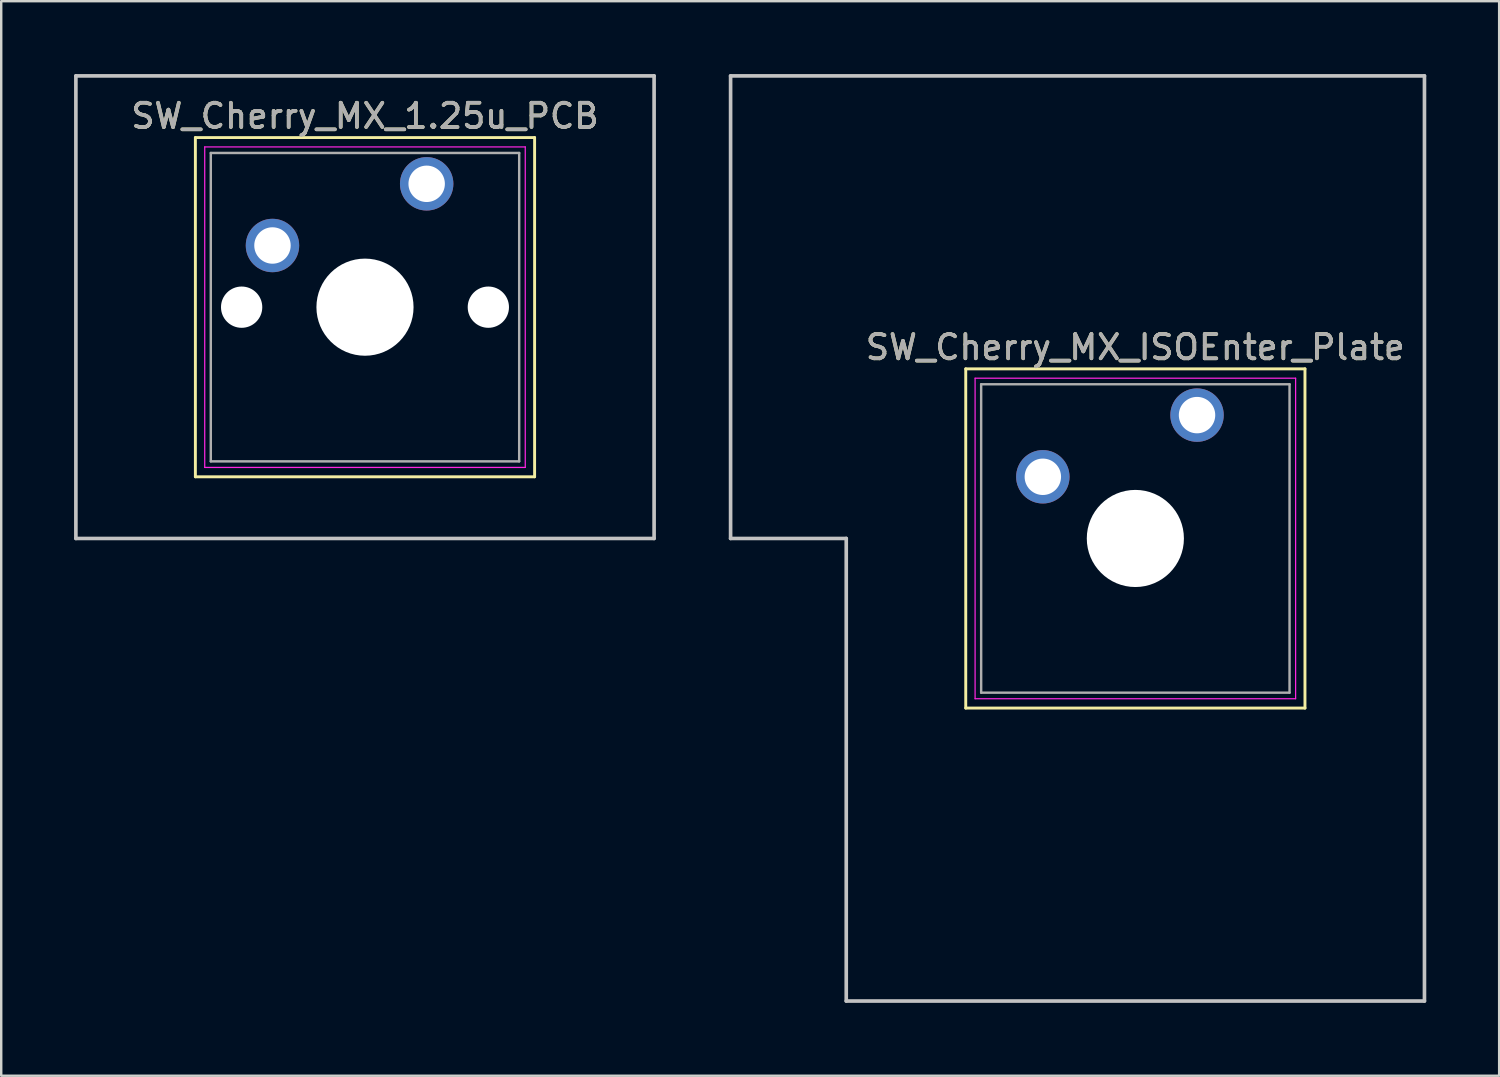
<source format=kicad_pcb>
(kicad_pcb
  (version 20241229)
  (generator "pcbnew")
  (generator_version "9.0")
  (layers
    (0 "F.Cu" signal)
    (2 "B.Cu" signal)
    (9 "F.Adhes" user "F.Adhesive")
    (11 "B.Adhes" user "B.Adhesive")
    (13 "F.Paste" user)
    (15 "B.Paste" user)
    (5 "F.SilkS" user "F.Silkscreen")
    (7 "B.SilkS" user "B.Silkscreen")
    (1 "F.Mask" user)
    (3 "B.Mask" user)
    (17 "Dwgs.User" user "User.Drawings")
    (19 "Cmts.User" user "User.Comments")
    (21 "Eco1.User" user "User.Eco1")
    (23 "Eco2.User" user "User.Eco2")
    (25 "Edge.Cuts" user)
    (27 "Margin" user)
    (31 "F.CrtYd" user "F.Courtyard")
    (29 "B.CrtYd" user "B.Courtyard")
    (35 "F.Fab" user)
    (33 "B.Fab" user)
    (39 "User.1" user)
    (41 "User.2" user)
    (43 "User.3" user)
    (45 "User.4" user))
  (footprint "SW_Cherry_MX_1.25u_PCB"
    (layer "F.Cu")
    (at 14.521 4.52)
    (property "Reference" "SW_Cherry_MX_1.25u_PCB" (at -2.54 -2.794 0) (layer "F.SilkS") (effects (font (size 1 1) (thickness 0.15))))
    (attr through_hole)
    (fp_line (start -9.525 -1.905) (end 4.445 -1.905) (stroke (width 0.12) (type solid)) (layer "F.SilkS"))
    (fp_line (start -9.525 12.065) (end -9.525 -1.905) (stroke (width 0.12) (type solid)) (layer "F.SilkS"))
    (fp_line (start 4.445 -1.905) (end 4.445 12.065) (stroke (width 0.12) (type solid)) (layer "F.SilkS"))
    (fp_line (start 4.445 12.065) (end -9.525 12.065) (stroke (width 0.12) (type solid)) (layer "F.SilkS"))
    (fp_line (start -14.446 -4.445) (end 9.366 -4.445) (stroke (width 0.15) (type solid)) (layer "Dwgs.User"))
    (fp_line (start -14.446 14.605) (end -14.446 -4.445) (stroke (width 0.15) (type solid)) (layer "Dwgs.User"))
    (fp_line (start 9.366 -4.445) (end 9.366 14.605) (stroke (width 0.15) (type solid)) (layer "Dwgs.User"))
    (fp_line (start 9.366 14.605) (end -14.446 14.605) (stroke (width 0.15) (type solid)) (layer "Dwgs.User"))
    (fp_line (start -9.14 -1.52) (end 4.06 -1.52) (stroke (width 0.05) (type solid)) (layer "F.CrtYd"))
    (fp_line (start -9.14 11.68) (end -9.14 -1.52) (stroke (width 0.05) (type solid)) (layer "F.CrtYd"))
    (fp_line (start 4.06 -1.52) (end 4.06 11.68) (stroke (width 0.05) (type solid)) (layer "F.CrtYd"))
    (fp_line (start 4.06 11.68) (end -9.14 11.68) (stroke (width 0.05) (type solid)) (layer "F.CrtYd"))
    (fp_line (start -8.89 -1.27) (end 3.81 -1.27) (stroke (width 0.1) (type solid)) (layer "F.Fab"))
    (fp_line (start -8.89 11.43) (end -8.89 -1.27) (stroke (width 0.1) (type solid)) (layer "F.Fab"))
    (fp_line (start 3.81 -1.27) (end 3.81 11.43) (stroke (width 0.1) (type solid)) (layer "F.Fab"))
    (fp_line (start 3.81 11.43) (end -8.89 11.43) (stroke (width 0.1) (type solid)) (layer "F.Fab"))
    (fp_text user "${REFERENCE}" (at -2.54 -2.794 0) (layer "F.Fab") (effects (font (size 1 1) (thickness 0.15))))
    (pad "" np_thru_hole circle (at -7.62 5.08) (size 1.7 1.7) (drill 1.7) (layers "*.Cu" "*.Mask"))
    (pad "" np_thru_hole circle (at -2.54 5.08) (size 4 4) (drill 4) (layers "*.Cu" "*.Mask"))
    (pad "" np_thru_hole circle (at 2.54 5.08) (size 1.7 1.7) (drill 1.7) (layers "*.Cu" "*.Mask"))
    (pad "1" thru_hole circle (at 0 0) (size 2.2 2.2) (drill 1.5) (layers "*.Cu" "*.Mask"))
    (pad "2" thru_hole circle (at -6.35 2.54) (size 2.2 2.2) (drill 1.5) (layers "*.Cu" "*.Mask")))
  (footprint "SW_Cherry_MX_ISOEnter_Plate"
    (layer "F.Cu")
    (at 46.246 14.045)
    (property "Reference" "SW_Cherry_MX_ISOEnter_Plate" (at -2.54 -2.794 0) (layer "F.SilkS") (effects (font (size 1 1) (thickness 0.15))))
    (attr through_hole)
    (fp_line (start -9.525 -1.905) (end 4.445 -1.905) (stroke (width 0.12) (type solid)) (layer "F.SilkS"))
    (fp_line (start -9.525 12.065) (end -9.525 -1.905) (stroke (width 0.12) (type solid)) (layer "F.SilkS"))
    (fp_line (start 4.445 -1.905) (end 4.445 12.065) (stroke (width 0.12) (type solid)) (layer "F.SilkS"))
    (fp_line (start 4.445 12.065) (end -9.525 12.065) (stroke (width 0.12) (type solid)) (layer "F.SilkS"))
    (fp_line (start -19.209 -13.97) (end 9.366 -13.97) (stroke (width 0.15) (type solid)) (layer "Dwgs.User"))
    (fp_line (start -19.209 5.08) (end -19.209 -13.97) (stroke (width 0.15) (type solid)) (layer "Dwgs.User"))
    (fp_line (start -14.446 5.08) (end -19.209 5.08) (stroke (width 0.15) (type solid)) (layer "Dwgs.User"))
    (fp_line (start -14.446 24.13) (end -14.446 5.08) (stroke (width 0.15) (type solid)) (layer "Dwgs.User"))
    (fp_line (start 9.366 -13.97) (end 9.366 24.13) (stroke (width 0.15) (type solid)) (layer "Dwgs.User"))
    (fp_line (start 9.366 24.13) (end -14.446 24.13) (stroke (width 0.15) (type solid)) (layer "Dwgs.User"))
    (fp_line (start -9.14 -1.52) (end 4.06 -1.52) (stroke (width 0.05) (type solid)) (layer "F.CrtYd"))
    (fp_line (start -9.14 11.68) (end -9.14 -1.52) (stroke (width 0.05) (type solid)) (layer "F.CrtYd"))
    (fp_line (start 4.06 -1.52) (end 4.06 11.68) (stroke (width 0.05) (type solid)) (layer "F.CrtYd"))
    (fp_line (start 4.06 11.68) (end -9.14 11.68) (stroke (width 0.05) (type solid)) (layer "F.CrtYd"))
    (fp_line (start -8.89 -1.27) (end 3.81 -1.27) (stroke (width 0.1) (type solid)) (layer "F.Fab"))
    (fp_line (start -8.89 11.43) (end -8.89 -1.27) (stroke (width 0.1) (type solid)) (layer "F.Fab"))
    (fp_line (start 3.81 -1.27) (end 3.81 11.43) (stroke (width 0.1) (type solid)) (layer "F.Fab"))
    (fp_line (start 3.81 11.43) (end -8.89 11.43) (stroke (width 0.1) (type solid)) (layer "F.Fab"))
    (fp_text user "${REFERENCE}" (at -2.54 -2.794 0) (layer "F.Fab") (effects (font (size 1 1) (thickness 0.15))))
    (pad "" np_thru_hole circle (at -2.54 5.08) (size 4 4) (drill 4) (layers "*.Cu" "*.Mask"))
    (pad "1" thru_hole circle (at 0 0) (size 2.2 2.2) (drill 1.5) (layers "*.Cu" "*.Mask"))
    (pad "2" thru_hole circle (at -6.35 2.54) (size 2.2 2.2) (drill 1.5) (layers "*.Cu" "*.Mask")))
  (gr_rect
    (start -3 -3)
    (end 58.688 41.25)
    (stroke (width 0.1) (type default))
    (fill no)
    (layer "Edge.Cuts")))
</source>
